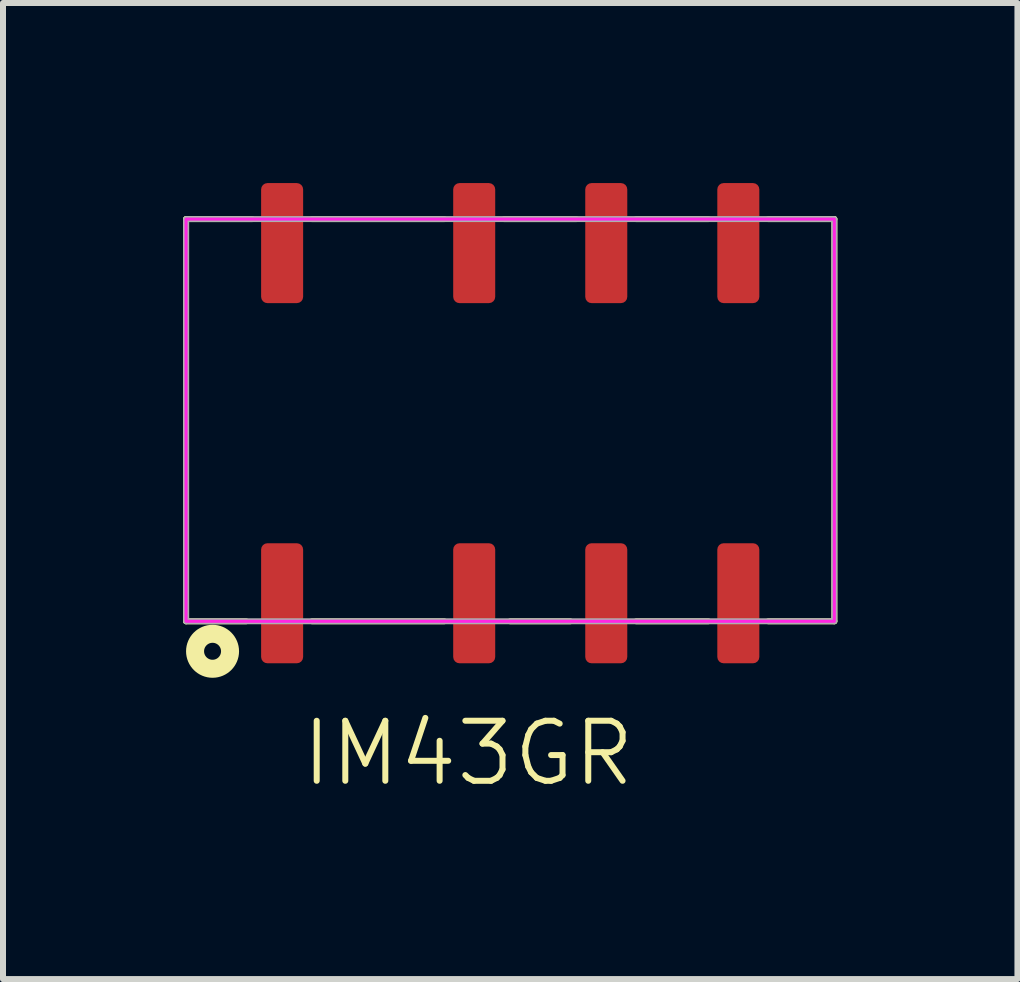
<source format=kicad_pcb>
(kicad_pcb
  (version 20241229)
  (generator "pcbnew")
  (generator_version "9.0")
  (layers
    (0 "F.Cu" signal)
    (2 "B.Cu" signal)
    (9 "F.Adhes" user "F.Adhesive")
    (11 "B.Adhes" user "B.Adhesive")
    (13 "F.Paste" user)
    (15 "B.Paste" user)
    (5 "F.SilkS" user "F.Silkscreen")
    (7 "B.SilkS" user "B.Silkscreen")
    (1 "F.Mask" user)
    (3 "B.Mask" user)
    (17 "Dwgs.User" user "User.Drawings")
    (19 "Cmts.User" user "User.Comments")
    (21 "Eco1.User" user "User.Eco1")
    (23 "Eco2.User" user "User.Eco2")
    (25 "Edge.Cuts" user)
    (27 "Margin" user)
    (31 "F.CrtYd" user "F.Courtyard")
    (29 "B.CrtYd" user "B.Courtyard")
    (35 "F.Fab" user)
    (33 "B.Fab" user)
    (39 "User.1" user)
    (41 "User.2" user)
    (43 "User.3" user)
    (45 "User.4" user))
  (footprint "IM43GR"
    (layer "F.Cu")
    (at 1.65 7)
    (property "Reference" "IM43GR" (at 3.1 2.5 0) (unlocked yes) (layer "F.SilkS") (effects (font (size 1 1) (thickness 0.1))))
    (attr smd)
    (fp_line (start -1.6 -6.4) (end -1.6 0.3) (stroke (width 0.1) (type default)) (layer "F.SilkS"))
    (fp_line (start -1.6 0.3) (end -0.6 0.3) (stroke (width 0.1) (type default)) (layer "F.SilkS"))
    (fp_line (start -0.5 -6.4) (end -1.6 -6.4) (stroke (width 0.1) (type default)) (layer "F.SilkS"))
    (fp_line (start 0.5 0.3) (end 2.7 0.3) (stroke (width 0.1) (type default)) (layer "F.SilkS"))
    (fp_line (start 2.7 -6.4) (end 0.5 -6.4) (stroke (width 0.1) (type default)) (layer "F.SilkS"))
    (fp_line (start 3.8 0.3) (end 4.8 0.3) (stroke (width 0.1) (type default)) (layer "F.SilkS"))
    (fp_line (start 4.9 -6.4) (end 3.7 -6.4) (stroke (width 0.1) (type default)) (layer "F.SilkS"))
    (fp_line (start 5.9 0.3) (end 7.1 0.3) (stroke (width 0.1) (type default)) (layer "F.SilkS"))
    (fp_line (start 7.1 -6.4) (end 5.9 -6.4) (stroke (width 0.1) (type default)) (layer "F.SilkS"))
    (fp_line (start 8.1 0.3) (end 9.2 0.3) (stroke (width 0.1) (type default)) (layer "F.SilkS"))
    (fp_line (start 9.2 -6.4) (end 8.1 -6.4) (stroke (width 0.1) (type default)) (layer "F.SilkS"))
    (fp_line (start 9.2 0.3) (end 9.2 -6.4) (stroke (width 0.1) (type default)) (layer "F.SilkS"))
    (fp_circle (center -1.159 0.8) (end -1.059 0.9) (stroke (width 0.3) (type solid)) (fill no) (layer "F.SilkS"))
    (fp_rect (start -1.6 -6.4) (end 9.2 0.3) (stroke (width 0.05) (type default)) (fill no) (layer "F.CrtYd"))
    (fp_rect (start -1.6 -6.4) (end 9.2 0.3) (stroke (width 0.1) (type default)) (fill no) (layer "F.Fab"))
    (pad "1" smd roundrect (at 0 0 90) (size 2 0.7) (layers "F.Cu" "F.Mask" "F.Paste") (roundrect_rratio 0.15))
    (pad "2" smd roundrect (at 3.2 0 90) (size 2 0.7) (layers "F.Cu" "F.Mask" "F.Paste") (roundrect_rratio 0.15))
    (pad "3" smd roundrect (at 5.4 0 90) (size 2 0.7) (layers "F.Cu" "F.Mask" "F.Paste") (roundrect_rratio 0.15))
    (pad "4" smd roundrect (at 7.6 0 90) (size 2 0.7) (layers "F.Cu" "F.Mask" "F.Paste") (roundrect_rratio 0.15))
    (pad "5" smd roundrect (at 7.6 -6 90) (size 2 0.7) (layers "F.Cu" "F.Mask" "F.Paste") (roundrect_rratio 0.15))
    (pad "6" smd roundrect (at 5.4 -6 90) (size 2 0.7) (layers "F.Cu" "F.Mask" "F.Paste") (roundrect_rratio 0.15))
    (pad "7" smd roundrect (at 3.2 -6 90) (size 2 0.7) (layers "F.Cu" "F.Mask" "F.Paste") (roundrect_rratio 0.15))
    (pad "8" smd roundrect (at 0 -6 90) (size 2 0.7) (layers "F.Cu" "F.Mask" "F.Paste") (roundrect_rratio 0.15)))
  (gr_rect
    (start -3 -3)
    (end 13.9 13.261)
    (stroke (width 0.1) (type default))
    (fill no)
    (layer "Edge.Cuts")))
</source>
